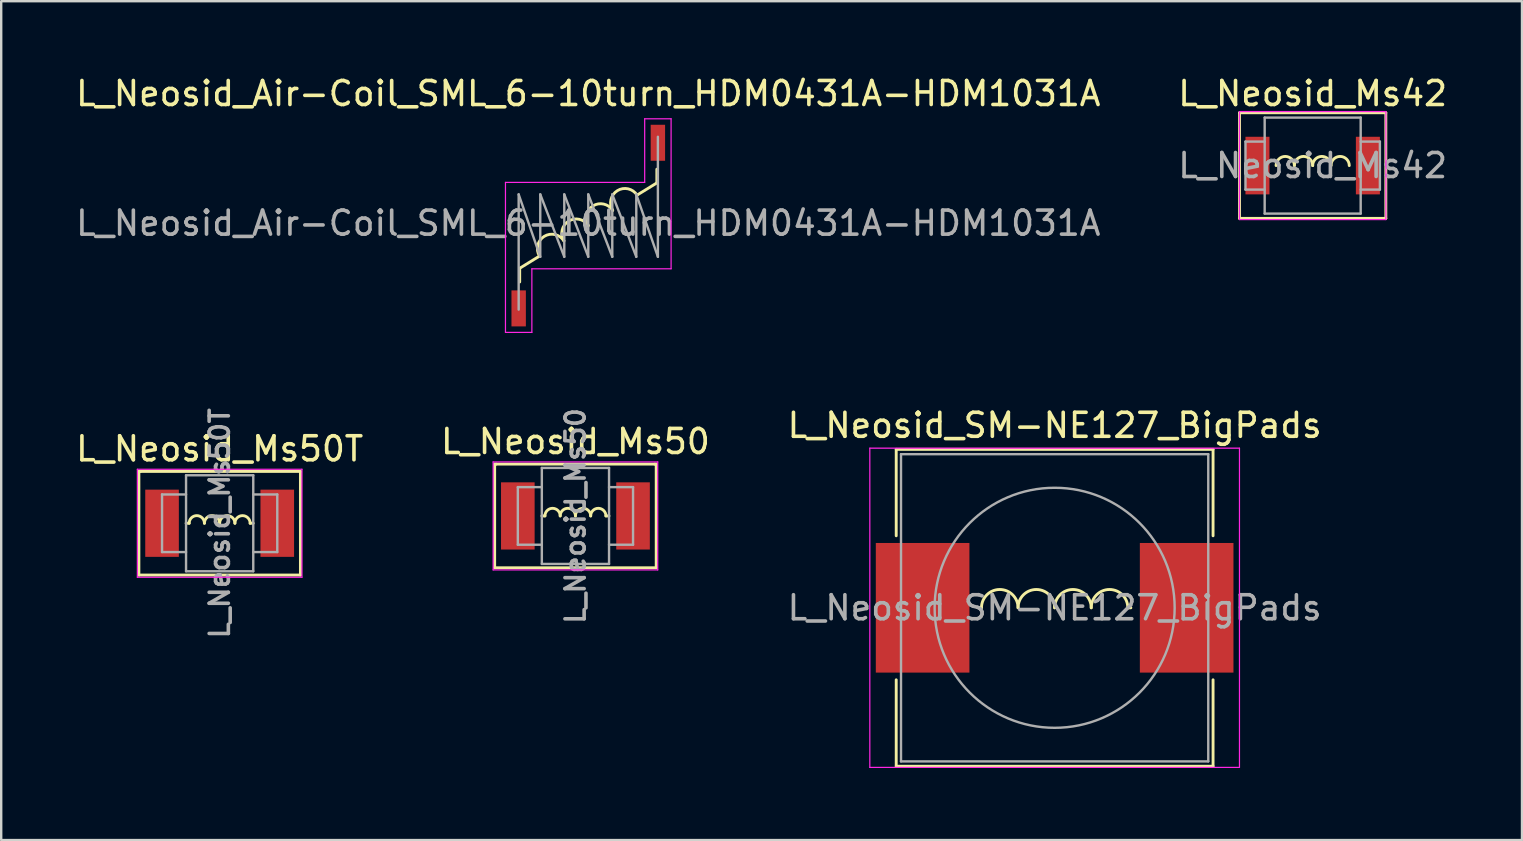
<source format=kicad_pcb>
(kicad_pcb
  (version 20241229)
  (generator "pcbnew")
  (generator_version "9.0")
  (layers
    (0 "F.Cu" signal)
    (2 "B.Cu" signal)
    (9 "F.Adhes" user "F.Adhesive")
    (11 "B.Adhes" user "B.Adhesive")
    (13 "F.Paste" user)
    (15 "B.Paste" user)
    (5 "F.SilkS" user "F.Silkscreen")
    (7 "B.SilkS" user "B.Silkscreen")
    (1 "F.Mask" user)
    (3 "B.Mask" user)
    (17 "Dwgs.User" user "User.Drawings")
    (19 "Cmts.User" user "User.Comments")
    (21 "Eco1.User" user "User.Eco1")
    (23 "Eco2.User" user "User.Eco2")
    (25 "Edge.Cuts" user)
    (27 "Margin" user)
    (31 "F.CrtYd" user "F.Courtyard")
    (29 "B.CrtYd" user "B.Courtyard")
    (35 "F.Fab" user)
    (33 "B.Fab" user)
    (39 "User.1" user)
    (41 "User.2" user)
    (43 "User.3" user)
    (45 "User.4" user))
  (footprint "L_Neosid_SM-NE127_BigPads"
    (layer "F.Cu")
    (at 40.887 22.271)
    (property "Reference" "L_Neosid_SM-NE127_BigPads" (at 0 -7.6 0) (layer "F.SilkS") (effects (font (size 1 1) (thickness 0.15))))
    (attr smd)
    (fp_line (start -6.6 -6.6) (end 6.6 -6.6) (stroke (width 0.12) (type solid)) (layer "F.SilkS"))
    (fp_line (start -6.6 -3) (end -6.6 -6.6) (stroke (width 0.12) (type solid)) (layer "F.SilkS"))
    (fp_line (start -6.6 6.6) (end -6.6 3) (stroke (width 0.12) (type solid)) (layer "F.SilkS"))
    (fp_line (start -3.175 0) (end -3.048 0) (stroke (width 0.12) (type solid)) (layer "F.SilkS"))
    (fp_line (start 3.048 0) (end 3.175 0) (stroke (width 0.12) (type solid)) (layer "F.SilkS"))
    (fp_line (start 6.6 -6.6) (end 6.6 -3) (stroke (width 0.12) (type solid)) (layer "F.SilkS"))
    (fp_line (start 6.6 3) (end 6.6 6.6) (stroke (width 0.12) (type solid)) (layer "F.SilkS"))
    (fp_line (start 6.6 6.6) (end -6.6 6.6) (stroke (width 0.12) (type solid)) (layer "F.SilkS"))
    (fp_arc (start -3.048 0) (mid -2.286 -0.762) (end -1.524 0) (stroke (width 0.12) (type solid)) (layer "F.SilkS"))
    (fp_arc (start -1.524 0) (mid -0.762 -0.762) (end 0 0) (stroke (width 0.12) (type solid)) (layer "F.SilkS"))
    (fp_arc (start 0 0) (mid 0.762 -0.762) (end 1.524 0) (stroke (width 0.12) (type solid)) (layer "F.SilkS"))
    (fp_arc (start 1.524 0) (mid 2.286 -0.762) (end 3.048 0) (stroke (width 0.12) (type solid)) (layer "F.SilkS"))
    (fp_line (start -7.7 -6.65) (end -7.7 6.65) (stroke (width 0.05) (type solid)) (layer "F.CrtYd"))
    (fp_line (start -7.7 -6.65) (end 7.7 -6.65) (stroke (width 0.05) (type solid)) (layer "F.CrtYd"))
    (fp_line (start 7.7 6.65) (end -7.7 6.65) (stroke (width 0.05) (type solid)) (layer "F.CrtYd"))
    (fp_line (start 7.7 6.65) (end 7.7 -6.65) (stroke (width 0.05) (type solid)) (layer "F.CrtYd"))
    (fp_line (start -6.4 -6.4) (end 6.4 -6.4) (stroke (width 0.1) (type solid)) (layer "F.Fab"))
    (fp_line (start -6.4 6.4) (end -6.4 -6.4) (stroke (width 0.1) (type solid)) (layer "F.Fab"))
    (fp_line (start 6.4 -6.4) (end 6.4 6.4) (stroke (width 0.1) (type solid)) (layer "F.Fab"))
    (fp_line (start 6.4 6.4) (end -6.4 6.4) (stroke (width 0.1) (type solid)) (layer "F.Fab"))
    (fp_circle (center 0 0) (end 5 0) (stroke (width 0.1) (type solid)) (fill no) (layer "F.Fab"))
    (fp_text user "${REFERENCE}" (at 0 0 0) (layer "F.Fab") (effects (font (size 1 1) (thickness 0.15))))
    (pad "1" smd rect (at -5.5 0) (size 3.9 5.4) (layers "F.Cu" "F.Mask" "F.Paste"))
    (pad "2" smd rect (at 5.5 0) (size 3.9 5.4) (layers "F.Cu" "F.Mask" "F.Paste")))
  (footprint "L_Neosid_Ms50"
    (layer "F.Cu")
    (at 20.923 18.444)
    (property "Reference" "L_Neosid_Ms50" (at 0 -3.1 0) (layer "F.SilkS") (effects (font (size 1 1) (thickness 0.15))))
    (attr smd)
    (fp_line (start -3.365 -2.159) (end -3.302 -2.159) (stroke (width 0.12) (type solid)) (layer "F.SilkS"))
    (fp_line (start -3.365 2.159) (end -3.365 -2.159) (stroke (width 0.12) (type solid)) (layer "F.SilkS"))
    (fp_line (start -3.302 -2.159) (end 3.302 -2.159) (stroke (width 0.12) (type solid)) (layer "F.SilkS"))
    (fp_line (start -1.27 0) (end -1.397 0) (stroke (width 0.12) (type solid)) (layer "F.SilkS"))
    (fp_line (start 1.27 0) (end 1.397 0) (stroke (width 0.12) (type solid)) (layer "F.SilkS"))
    (fp_line (start 3.302 -2.159) (end 3.365 -2.159) (stroke (width 0.12) (type solid)) (layer "F.SilkS"))
    (fp_line (start 3.365 -2.159) (end 3.365 2.159) (stroke (width 0.12) (type solid)) (layer "F.SilkS"))
    (fp_line (start 3.365 2.159) (end -3.365 2.159) (stroke (width 0.12) (type solid)) (layer "F.SilkS"))
    (fp_arc (start -1.27 0) (mid -0.9525 -0.3175) (end -0.635 0) (stroke (width 0.12) (type solid)) (layer "F.SilkS"))
    (fp_arc (start -0.635 0) (mid -0.3175 -0.3175) (end 0 0) (stroke (width 0.12) (type solid)) (layer "F.SilkS"))
    (fp_arc (start 0 0) (mid 0.3175 -0.3175) (end 0.635 0) (stroke (width 0.12) (type solid)) (layer "F.SilkS"))
    (fp_arc (start 0.635 0) (mid 0.9525 -0.3175) (end 1.27 0) (stroke (width 0.12) (type solid)) (layer "F.SilkS"))
    (fp_line (start -3.429 -2.25) (end -3.429 2.25) (stroke (width 0.05) (type solid)) (layer "F.CrtYd"))
    (fp_line (start -3.429 -2.25) (end 3.429 -2.25) (stroke (width 0.05) (type solid)) (layer "F.CrtYd"))
    (fp_line (start 3.429 2.25) (end -3.429 2.25) (stroke (width 0.05) (type solid)) (layer "F.CrtYd"))
    (fp_line (start 3.429 2.25) (end 3.429 -2.25) (stroke (width 0.05) (type solid)) (layer "F.CrtYd"))
    (fp_line (start -2.4 -1.2) (end -2.4 1.2) (stroke (width 0.1) (type solid)) (layer "F.Fab"))
    (fp_line (start -2.4 -1.2) (end -1.4 -1.2) (stroke (width 0.1) (type solid)) (layer "F.Fab"))
    (fp_line (start -2.4 1.2) (end -1.4 1.2) (stroke (width 0.1) (type solid)) (layer "F.Fab"))
    (fp_line (start -1.4 -2) (end -1.4 2) (stroke (width 0.1) (type solid)) (layer "F.Fab"))
    (fp_line (start -1.4 2) (end 1.4 2) (stroke (width 0.1) (type solid)) (layer "F.Fab"))
    (fp_line (start 1.4 -2) (end -1.4 -2) (stroke (width 0.1) (type solid)) (layer "F.Fab"))
    (fp_line (start 1.4 1.2) (end 2.4 1.2) (stroke (width 0.1) (type solid)) (layer "F.Fab"))
    (fp_line (start 1.4 2) (end 1.4 -2) (stroke (width 0.1) (type solid)) (layer "F.Fab"))
    (fp_line (start 2.4 -1.2) (end 1.4 -1.2) (stroke (width 0.1) (type solid)) (layer "F.Fab"))
    (fp_line (start 2.4 1.2) (end 2.4 -1.2) (stroke (width 0.1) (type solid)) (layer "F.Fab"))
    (fp_text user "${REFERENCE}" (at 0 0 90) (layer "F.Fab") (effects (font (size 0.8 0.8) (thickness 0.15))))
    (pad "1" smd rect (at -2.4 0) (size 1.4 2.8) (layers "F.Cu" "F.Mask" "F.Paste"))
    (pad "2" smd rect (at 2.4 0) (size 1.4 2.8) (layers "F.Cu" "F.Mask" "F.Paste")))
  (footprint "L_Neosid_Ms42"
    (layer "F.Cu")
    (at 51.637 3.848)
    (property "Reference" "L_Neosid_Ms42" (at 0 -3 0) (layer "F.SilkS") (effects (font (size 1 1) (thickness 0.15))))
    (attr smd)
    (fp_line (start -3.048 -2.2) (end -3.048 2.2) (stroke (width 0.12) (type solid)) (layer "F.SilkS"))
    (fp_line (start 3.048 -2.2) (end -3.048 -2.2) (stroke (width 0.12) (type solid)) (layer "F.SilkS"))
    (fp_line (start 3.048 2.2) (end -3.048 2.2) (stroke (width 0.12) (type solid)) (layer "F.SilkS"))
    (fp_line (start 3.048 2.2) (end 3.048 -2.2) (stroke (width 0.12) (type solid)) (layer "F.SilkS"))
    (fp_arc (start -1.524 0) (mid -1.143 -0.381) (end -0.762 0) (stroke (width 0.12) (type solid)) (layer "F.SilkS"))
    (fp_arc (start -0.762 0) (mid -0.381 -0.381) (end 0 0) (stroke (width 0.12) (type solid)) (layer "F.SilkS"))
    (fp_arc (start 0 0) (mid 0.381 -0.381) (end 0.762 0) (stroke (width 0.12) (type solid)) (layer "F.SilkS"))
    (fp_arc (start 0.762 0) (mid 1.143 -0.381) (end 1.524 0) (stroke (width 0.12) (type solid)) (layer "F.SilkS"))
    (fp_line (start -3.05 -2.25) (end -3.05 2.25) (stroke (width 0.05) (type solid)) (layer "F.CrtYd"))
    (fp_line (start -3.05 -2.25) (end 3.05 -2.25) (stroke (width 0.05) (type solid)) (layer "F.CrtYd"))
    (fp_line (start 3.05 2.25) (end -3.05 2.25) (stroke (width 0.05) (type solid)) (layer "F.CrtYd"))
    (fp_line (start 3.05 2.25) (end 3.05 -2.25) (stroke (width 0.05) (type solid)) (layer "F.CrtYd"))
    (fp_line (start -2.8 -1) (end -2 -1) (stroke (width 0.1) (type solid)) (layer "F.Fab"))
    (fp_line (start -2.8 1) (end -2.8 -1) (stroke (width 0.1) (type solid)) (layer "F.Fab"))
    (fp_line (start -2 -2) (end 2 -2) (stroke (width 0.1) (type solid)) (layer "F.Fab"))
    (fp_line (start -2 1) (end -2.8 1) (stroke (width 0.1) (type solid)) (layer "F.Fab"))
    (fp_line (start -2 2) (end -2 -2) (stroke (width 0.1) (type solid)) (layer "F.Fab"))
    (fp_line (start 2 -2) (end 2 2) (stroke (width 0.1) (type solid)) (layer "F.Fab"))
    (fp_line (start 2 -1) (end 2.8 -1) (stroke (width 0.1) (type solid)) (layer "F.Fab"))
    (fp_line (start 2 2) (end -2 2) (stroke (width 0.1) (type solid)) (layer "F.Fab"))
    (fp_line (start 2.8 -1) (end 2.8 1) (stroke (width 0.1) (type solid)) (layer "F.Fab"))
    (fp_line (start 2.8 1) (end 2 1) (stroke (width 0.1) (type solid)) (layer "F.Fab"))
    (fp_text user "${REFERENCE}" (at 0 0 0) (layer "F.Fab") (effects (font (size 1 1) (thickness 0.15))))
    (pad "1" smd rect (at -2.3 0) (size 1 2.4) (layers "F.Cu" "F.Mask" "F.Paste"))
    (pad "2" smd rect (at 2.3 0) (size 1 2.4) (layers "F.Cu" "F.Mask" "F.Paste")))
  (footprint "L_Neosid_Ms50T"
    (layer "F.Cu")
    (at 6.101 18.749)
    (property "Reference" "L_Neosid_Ms50T" (at 0 -3.1 0) (layer "F.SilkS") (effects (font (size 1 1) (thickness 0.15))))
    (attr smd)
    (fp_line (start -3.365 -2.159) (end -3.302 -2.159) (stroke (width 0.12) (type solid)) (layer "F.SilkS"))
    (fp_line (start -3.365 2.159) (end -3.365 -2.159) (stroke (width 0.12) (type solid)) (layer "F.SilkS"))
    (fp_line (start -3.302 -2.159) (end 3.365 -2.159) (stroke (width 0.12) (type solid)) (layer "F.SilkS"))
    (fp_line (start -1.27 0) (end -1.397 0) (stroke (width 0.12) (type solid)) (layer "F.SilkS"))
    (fp_line (start 1.27 0) (end 1.397 0) (stroke (width 0.12) (type solid)) (layer "F.SilkS"))
    (fp_line (start 3.365 -2.159) (end 3.365 2.159) (stroke (width 0.12) (type solid)) (layer "F.SilkS"))
    (fp_line (start 3.365 2.159) (end -3.365 2.159) (stroke (width 0.12) (type solid)) (layer "F.SilkS"))
    (fp_arc (start -1.27 0) (mid -0.9525 -0.3175) (end -0.635 0) (stroke (width 0.12) (type solid)) (layer "F.SilkS"))
    (fp_arc (start -0.635 0) (mid -0.3175 -0.3175) (end 0 0) (stroke (width 0.12) (type solid)) (layer "F.SilkS"))
    (fp_arc (start 0 0) (mid 0.3175 -0.3175) (end 0.635 0) (stroke (width 0.12) (type solid)) (layer "F.SilkS"))
    (fp_arc (start 0.635 0) (mid 0.9525 -0.3175) (end 1.27 0) (stroke (width 0.12) (type solid)) (layer "F.SilkS"))
    (fp_line (start -3.429 -2.25) (end -3.429 2.25) (stroke (width 0.05) (type solid)) (layer "F.CrtYd"))
    (fp_line (start -3.429 -2.25) (end 3.429 -2.25) (stroke (width 0.05) (type solid)) (layer "F.CrtYd"))
    (fp_line (start 3.429 2.25) (end -3.429 2.25) (stroke (width 0.05) (type solid)) (layer "F.CrtYd"))
    (fp_line (start 3.429 2.25) (end 3.429 -2.25) (stroke (width 0.05) (type solid)) (layer "F.CrtYd"))
    (fp_line (start -2.4 -1.2) (end -2.4 1.2) (stroke (width 0.1) (type solid)) (layer "F.Fab"))
    (fp_line (start -2.4 -1.2) (end -1.4 -1.2) (stroke (width 0.1) (type solid)) (layer "F.Fab"))
    (fp_line (start -2.4 1.2) (end -1.4 1.2) (stroke (width 0.1) (type solid)) (layer "F.Fab"))
    (fp_line (start -1.4 -2) (end -1.4 2) (stroke (width 0.1) (type solid)) (layer "F.Fab"))
    (fp_line (start -1.4 2) (end 1.4 2) (stroke (width 0.1) (type solid)) (layer "F.Fab"))
    (fp_line (start 1.4 -2) (end -1.4 -2) (stroke (width 0.1) (type solid)) (layer "F.Fab"))
    (fp_line (start 1.4 1.2) (end 2.4 1.2) (stroke (width 0.1) (type solid)) (layer "F.Fab"))
    (fp_line (start 1.4 2) (end 1.4 -2) (stroke (width 0.1) (type solid)) (layer "F.Fab"))
    (fp_line (start 2.4 -1.2) (end 1.4 -1.2) (stroke (width 0.1) (type solid)) (layer "F.Fab"))
    (fp_line (start 2.4 1.2) (end 2.4 -1.2) (stroke (width 0.1) (type solid)) (layer "F.Fab"))
    (fp_text user "${REFERENCE}" (at 0 0 90) (layer "F.Fab") (effects (font (size 0.8 0.8) (thickness 0.15))))
    (pad "1" smd rect (at -2.4 0) (size 1.4 2.8) (layers "F.Cu" "F.Mask" "F.Paste"))
    (pad "2" smd rect (at 2.4 0) (size 1.4 2.8) (layers "F.Cu" "F.Mask" "F.Paste")))
  (footprint "L_Neosid_Air-Coil_SML_6-10turn_HDM0431A-HDM1031A"
    (layer "F.Cu")
    (at 21.458 6.348)
    (property "Reference" "L_Neosid_Air-Coil_SML_6-10turn_HDM0431A-HDM1031A" (at 0 -5.5 0) (layer "F.SilkS") (effects (font (size 1 1) (thickness 0.15))))
    (attr smd)
    (fp_line (start -2.857 1.778) (end -2.857 2.349) (stroke (width 0.12) (type solid)) (layer "F.SilkS"))
    (fp_line (start -2.857 1.778) (end -2.032 1.27) (stroke (width 0.12) (type solid)) (layer "F.SilkS"))
    (fp_line (start 2.857 -1.778) (end 2.032 -1.27) (stroke (width 0.12) (type solid)) (layer "F.SilkS"))
    (fp_line (start 2.857 -1.778) (end 2.857 -2.349) (stroke (width 0.12) (type solid)) (layer "F.SilkS"))
    (fp_arc (start -2.031998 1.269998) (mid -1.841498 0.4445) (end -1.016 0.635) (stroke (width 0.12) (type solid)) (layer "F.SilkS"))
    (fp_arc (start -1.015998 0.634998) (mid -0.825498 -0.1905) (end 0 0) (stroke (width 0.12) (type solid)) (layer "F.SilkS"))
    (fp_arc (start 0.000002 -0.000002) (mid 0.190502 -0.8255) (end 1.016 -0.635) (stroke (width 0.12) (type solid)) (layer "F.SilkS"))
    (fp_arc (start 1.016002 -0.635002) (mid 1.206502 -1.4605) (end 2.032 -1.27) (stroke (width 0.12) (type solid)) (layer "F.SilkS"))
    (fp_line (start -3.45 -1.8) (end -3.45 4.45) (stroke (width 0.05) (type solid)) (layer "F.CrtYd"))
    (fp_line (start -3.45 4.45) (end -2.35 4.45) (stroke (width 0.05) (type solid)) (layer "F.CrtYd"))
    (fp_line (start -2.35 1.8) (end 3.45 1.8) (stroke (width 0.05) (type solid)) (layer "F.CrtYd"))
    (fp_line (start -2.35 4.45) (end -2.35 1.8) (stroke (width 0.05) (type solid)) (layer "F.CrtYd"))
    (fp_line (start 2.35 -4.45) (end 2.35 -1.8) (stroke (width 0.05) (type solid)) (layer "F.CrtYd"))
    (fp_line (start 2.35 -1.8) (end -3.45 -1.8) (stroke (width 0.05) (type solid)) (layer "F.CrtYd"))
    (fp_line (start 3.45 -4.45) (end 2.35 -4.45) (stroke (width 0.05) (type solid)) (layer "F.CrtYd"))
    (fp_line (start 3.45 1.8) (end 3.45 -4.45) (stroke (width 0.05) (type solid)) (layer "F.CrtYd"))
    (fp_line (start -2.9 -1.3) (end -2 1.3) (stroke (width 0.1) (type solid)) (layer "F.Fab"))
    (fp_line (start -2.9 3.5) (end -2.9 -1.3) (stroke (width 0.1) (type solid)) (layer "F.Fab"))
    (fp_line (start -2 -1.3) (end -1 1.3) (stroke (width 0.1) (type solid)) (layer "F.Fab"))
    (fp_line (start -2 1.3) (end -2 -1.3) (stroke (width 0.1) (type solid)) (layer "F.Fab"))
    (fp_line (start -1 -1.3) (end 0 1.3) (stroke (width 0.1) (type solid)) (layer "F.Fab"))
    (fp_line (start -1 1.3) (end -1 -1.3) (stroke (width 0.1) (type solid)) (layer "F.Fab"))
    (fp_line (start 0 -1.3) (end 1 1.3) (stroke (width 0.1) (type solid)) (layer "F.Fab"))
    (fp_line (start 0 1.3) (end 0 -1.3) (stroke (width 0.1) (type solid)) (layer "F.Fab"))
    (fp_line (start 1 -1.3) (end 2 1.3) (stroke (width 0.1) (type solid)) (layer "F.Fab"))
    (fp_line (start 1 1.3) (end 1 -1.3) (stroke (width 0.1) (type solid)) (layer "F.Fab"))
    (fp_line (start 2 -1.3) (end 2.9 1.3) (stroke (width 0.1) (type solid)) (layer "F.Fab"))
    (fp_line (start 2 1.3) (end 2 -1.3) (stroke (width 0.1) (type solid)) (layer "F.Fab"))
    (fp_line (start 2.9 1.3) (end 2.9 -3.7) (stroke (width 0.1) (type solid)) (layer "F.Fab"))
    (fp_text user "${REFERENCE}" (at 0 -0.1 0) (layer "F.Fab") (effects (font (size 1 1) (thickness 0.15))))
    (pad "1" smd rect (at -2.9 3.45) (size 0.6 1.5) (layers "F.Cu" "F.Mask" "F.Paste"))
    (pad "2" smd rect (at 2.9 -3.45) (size 0.6 1.5) (layers "F.Cu" "F.Mask" "F.Paste")))
  (gr_rect
    (start -3 -3)
    (end 60.357 31.947)
    (stroke (width 0.1) (type default))
    (fill no)
    (layer "Edge.Cuts")))
</source>
